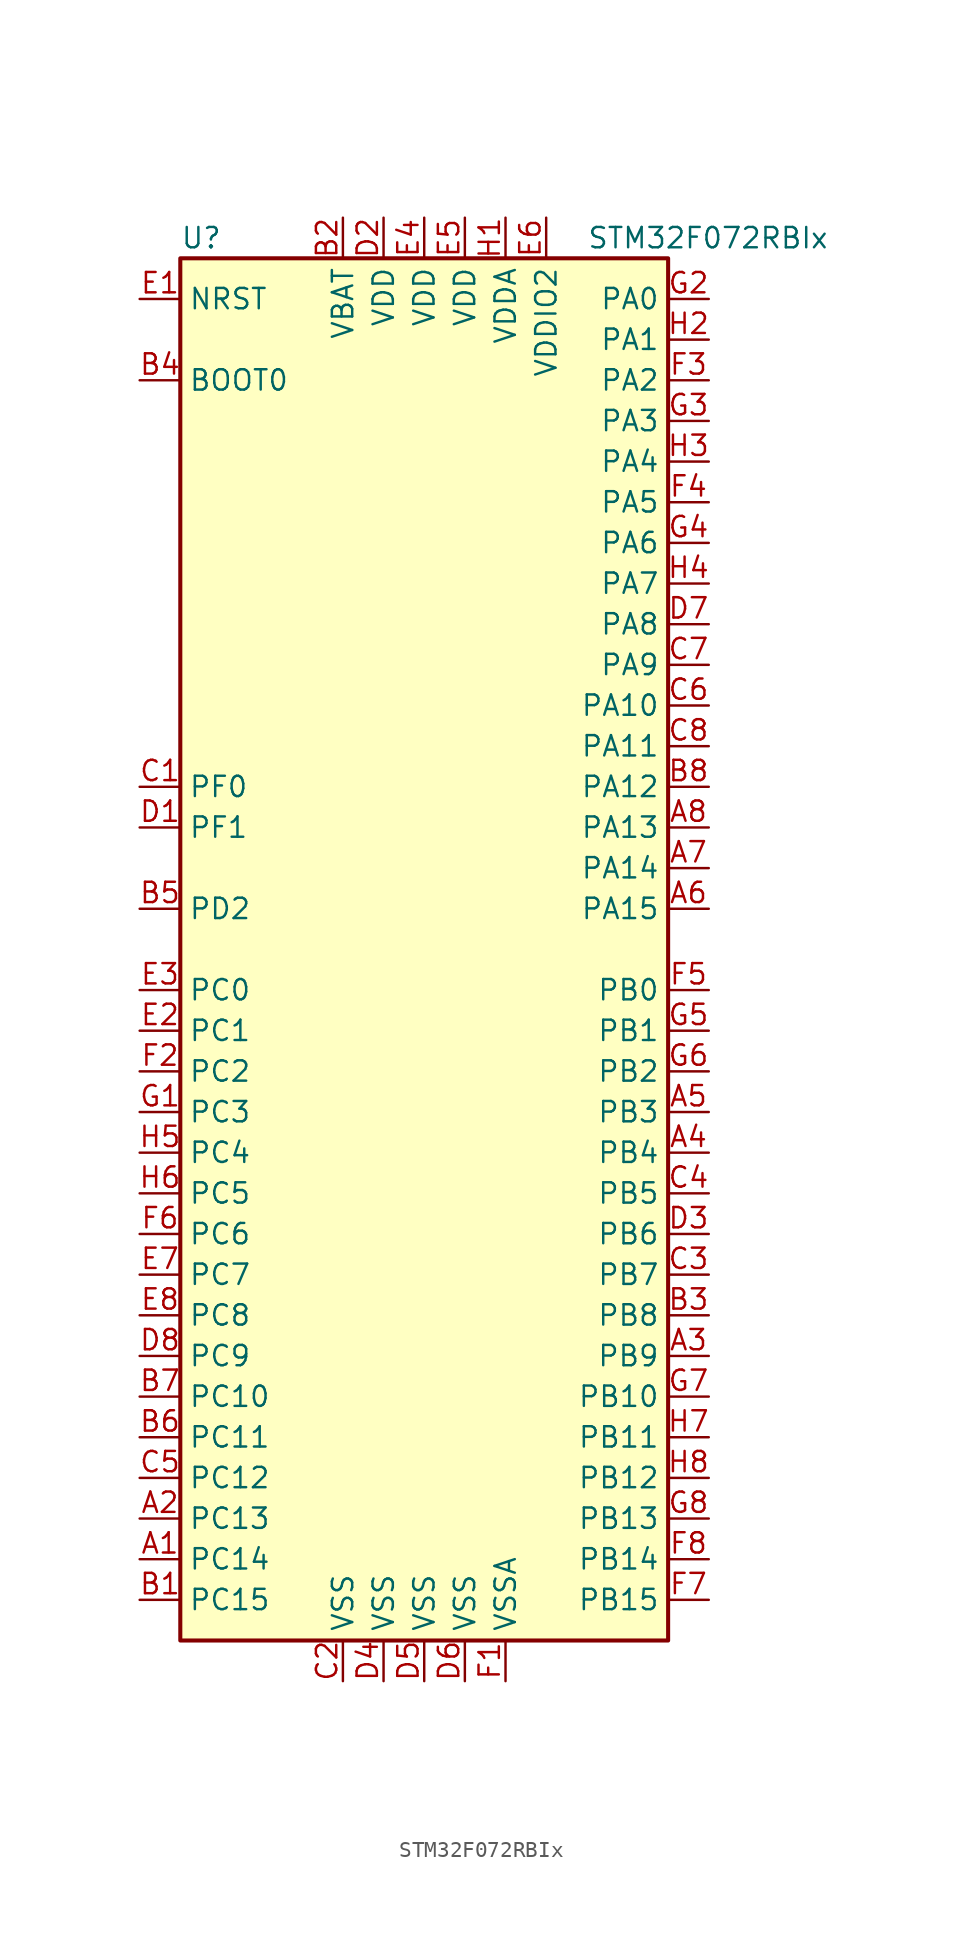
<source format=kicad_sym>
(kicad_symbol_lib
  (version 20201005)
  (generator kicad_symbol_editor)
  (symbol "MCU_ST_STM32F0:STM32F072RBIx"
    (property "Reference" "U"
      (at -15.24 44.45 0)
      (effects (font (size 1.27 1.27)) (justify left)))
    (property "Value" "STM32F072RBIx"
      (at 10.16 44.45 0)
      (effects (font (size 1.27 1.27)) (justify left)))
    (symbol "STM32F072RBIx_0_1"
      (rectangle (start -15.24 -43.18) (end 15.24 43.18) (stroke (width 0.254)) (fill (type background))))
    (symbol "STM32F072RBIx_1_1"
      (pin bidirectional line (at -17.78 -38.1 0) (length 2.54) (name "PC14" (effects (font (size 1.27 1.27)))) (number "A1" (effects (font (size 1.27 1.27)))))
      (pin bidirectional line (at -17.78 -35.56 0) (length 2.54) (name "PC13" (effects (font (size 1.27 1.27)))) (number "A2" (effects (font (size 1.27 1.27)))))
      (pin bidirectional line (at 17.78 -25.4 180) (length 2.54) (name "PB9" (effects (font (size 1.27 1.27)))) (number "A3" (effects (font (size 1.27 1.27)))))
      (pin bidirectional line (at 17.78 -12.7 180) (length 2.54) (name "PB4" (effects (font (size 1.27 1.27)))) (number "A4" (effects (font (size 1.27 1.27)))))
      (pin bidirectional line (at 17.78 -10.16 180) (length 2.54) (name "PB3" (effects (font (size 1.27 1.27)))) (number "A5" (effects (font (size 1.27 1.27)))))
      (pin bidirectional line (at 17.78 2.54 180) (length 2.54) (name "PA15" (effects (font (size 1.27 1.27)))) (number "A6" (effects (font (size 1.27 1.27)))))
      (pin bidirectional line (at 17.78 5.08 180) (length 2.54) (name "PA14" (effects (font (size 1.27 1.27)))) (number "A7" (effects (font (size 1.27 1.27)))))
      (pin bidirectional line (at 17.78 7.62 180) (length 2.54) (name "PA13" (effects (font (size 1.27 1.27)))) (number "A8" (effects (font (size 1.27 1.27)))))
      (pin bidirectional line (at -17.78 -40.64 0) (length 2.54) (name "PC15" (effects (font (size 1.27 1.27)))) (number "B1" (effects (font (size 1.27 1.27)))))
      (pin power_in line (at -5.08 45.72 270) (length 2.54) (name "VBAT" (effects (font (size 1.27 1.27)))) (number "B2" (effects (font (size 1.27 1.27)))))
      (pin bidirectional line (at 17.78 -22.86 180) (length 2.54) (name "PB8" (effects (font (size 1.27 1.27)))) (number "B3" (effects (font (size 1.27 1.27)))))
      (pin input line (at -17.78 35.56 0) (length 2.54) (name "BOOT0" (effects (font (size 1.27 1.27)))) (number "B4" (effects (font (size 1.27 1.27)))))
      (pin bidirectional line (at -17.78 2.54 0) (length 2.54) (name "PD2" (effects (font (size 1.27 1.27)))) (number "B5" (effects (font (size 1.27 1.27)))))
      (pin bidirectional line (at -17.78 -30.48 0) (length 2.54) (name "PC11" (effects (font (size 1.27 1.27)))) (number "B6" (effects (font (size 1.27 1.27)))))
      (pin bidirectional line (at -17.78 -27.94 0) (length 2.54) (name "PC10" (effects (font (size 1.27 1.27)))) (number "B7" (effects (font (size 1.27 1.27)))))
      (pin bidirectional line (at 17.78 10.16 180) (length 2.54) (name "PA12" (effects (font (size 1.27 1.27)))) (number "B8" (effects (font (size 1.27 1.27)))))
      (pin input line (at -17.78 10.16 0) (length 2.54) (name "PF0" (effects (font (size 1.27 1.27)))) (number "C1" (effects (font (size 1.27 1.27)))))
      (pin power_in line (at -5.08 -45.72 90) (length 2.54) (name "VSS" (effects (font (size 1.27 1.27)))) (number "C2" (effects (font (size 1.27 1.27)))))
      (pin bidirectional line (at 17.78 -20.32 180) (length 2.54) (name "PB7" (effects (font (size 1.27 1.27)))) (number "C3" (effects (font (size 1.27 1.27)))))
      (pin bidirectional line (at 17.78 -15.24 180) (length 2.54) (name "PB5" (effects (font (size 1.27 1.27)))) (number "C4" (effects (font (size 1.27 1.27)))))
      (pin bidirectional line (at -17.78 -33.02 0) (length 2.54) (name "PC12" (effects (font (size 1.27 1.27)))) (number "C5" (effects (font (size 1.27 1.27)))))
      (pin bidirectional line (at 17.78 15.24 180) (length 2.54) (name "PA10" (effects (font (size 1.27 1.27)))) (number "C6" (effects (font (size 1.27 1.27)))))
      (pin bidirectional line (at 17.78 17.78 180) (length 2.54) (name "PA9" (effects (font (size 1.27 1.27)))) (number "C7" (effects (font (size 1.27 1.27)))))
      (pin bidirectional line (at 17.78 12.7 180) (length 2.54) (name "PA11" (effects (font (size 1.27 1.27)))) (number "C8" (effects (font (size 1.27 1.27)))))
      (pin input line (at -17.78 7.62 0) (length 2.54) (name "PF1" (effects (font (size 1.27 1.27)))) (number "D1" (effects (font (size 1.27 1.27)))))
      (pin power_in line (at -2.54 45.72 270) (length 2.54) (name "VDD" (effects (font (size 1.27 1.27)))) (number "D2" (effects (font (size 1.27 1.27)))))
      (pin bidirectional line (at 17.78 -17.78 180) (length 2.54) (name "PB6" (effects (font (size 1.27 1.27)))) (number "D3" (effects (font (size 1.27 1.27)))))
      (pin power_in line (at -2.54 -45.72 90) (length 2.54) (name "VSS" (effects (font (size 1.27 1.27)))) (number "D4" (effects (font (size 1.27 1.27)))))
      (pin power_in line (at 0 -45.72 90) (length 2.54) (name "VSS" (effects (font (size 1.27 1.27)))) (number "D5" (effects (font (size 1.27 1.27)))))
      (pin power_in line (at 2.54 -45.72 90) (length 2.54) (name "VSS" (effects (font (size 1.27 1.27)))) (number "D6" (effects (font (size 1.27 1.27)))))
      (pin bidirectional line (at 17.78 20.32 180) (length 2.54) (name "PA8" (effects (font (size 1.27 1.27)))) (number "D7" (effects (font (size 1.27 1.27)))))
      (pin bidirectional line (at -17.78 -25.4 0) (length 2.54) (name "PC9" (effects (font (size 1.27 1.27)))) (number "D8" (effects (font (size 1.27 1.27)))))
      (pin input line (at -17.78 40.64 0) (length 2.54) (name "NRST" (effects (font (size 1.27 1.27)))) (number "E1" (effects (font (size 1.27 1.27)))))
      (pin bidirectional line (at -17.78 -5.08 0) (length 2.54) (name "PC1" (effects (font (size 1.27 1.27)))) (number "E2" (effects (font (size 1.27 1.27)))))
      (pin bidirectional line (at -17.78 -2.54 0) (length 2.54) (name "PC0" (effects (font (size 1.27 1.27)))) (number "E3" (effects (font (size 1.27 1.27)))))
      (pin power_in line (at 0 45.72 270) (length 2.54) (name "VDD" (effects (font (size 1.27 1.27)))) (number "E4" (effects (font (size 1.27 1.27)))))
      (pin power_in line (at 2.54 45.72 270) (length 2.54) (name "VDD" (effects (font (size 1.27 1.27)))) (number "E5" (effects (font (size 1.27 1.27)))))
      (pin power_in line (at 7.62 45.72 270) (length 2.54) (name "VDDIO2" (effects (font (size 1.27 1.27)))) (number "E6" (effects (font (size 1.27 1.27)))))
      (pin bidirectional line (at -17.78 -20.32 0) (length 2.54) (name "PC7" (effects (font (size 1.27 1.27)))) (number "E7" (effects (font (size 1.27 1.27)))))
      (pin bidirectional line (at -17.78 -22.86 0) (length 2.54) (name "PC8" (effects (font (size 1.27 1.27)))) (number "E8" (effects (font (size 1.27 1.27)))))
      (pin power_in line (at 5.08 -45.72 90) (length 2.54) (name "VSSA" (effects (font (size 1.27 1.27)))) (number "F1" (effects (font (size 1.27 1.27)))))
      (pin bidirectional line (at -17.78 -7.62 0) (length 2.54) (name "PC2" (effects (font (size 1.27 1.27)))) (number "F2" (effects (font (size 1.27 1.27)))))
      (pin bidirectional line (at 17.78 35.56 180) (length 2.54) (name "PA2" (effects (font (size 1.27 1.27)))) (number "F3" (effects (font (size 1.27 1.27)))))
      (pin bidirectional line (at 17.78 27.94 180) (length 2.54) (name "PA5" (effects (font (size 1.27 1.27)))) (number "F4" (effects (font (size 1.27 1.27)))))
      (pin bidirectional line (at 17.78 -2.54 180) (length 2.54) (name "PB0" (effects (font (size 1.27 1.27)))) (number "F5" (effects (font (size 1.27 1.27)))))
      (pin bidirectional line (at -17.78 -17.78 0) (length 2.54) (name "PC6" (effects (font (size 1.27 1.27)))) (number "F6" (effects (font (size 1.27 1.27)))))
      (pin bidirectional line (at 17.78 -40.64 180) (length 2.54) (name "PB15" (effects (font (size 1.27 1.27)))) (number "F7" (effects (font (size 1.27 1.27)))))
      (pin bidirectional line (at 17.78 -38.1 180) (length 2.54) (name "PB14" (effects (font (size 1.27 1.27)))) (number "F8" (effects (font (size 1.27 1.27)))))
      (pin bidirectional line (at -17.78 -10.16 0) (length 2.54) (name "PC3" (effects (font (size 1.27 1.27)))) (number "G1" (effects (font (size 1.27 1.27)))))
      (pin bidirectional line (at 17.78 40.64 180) (length 2.54) (name "PA0" (effects (font (size 1.27 1.27)))) (number "G2" (effects (font (size 1.27 1.27)))))
      (pin bidirectional line (at 17.78 33.02 180) (length 2.54) (name "PA3" (effects (font (size 1.27 1.27)))) (number "G3" (effects (font (size 1.27 1.27)))))
      (pin bidirectional line (at 17.78 25.4 180) (length 2.54) (name "PA6" (effects (font (size 1.27 1.27)))) (number "G4" (effects (font (size 1.27 1.27)))))
      (pin bidirectional line (at 17.78 -5.08 180) (length 2.54) (name "PB1" (effects (font (size 1.27 1.27)))) (number "G5" (effects (font (size 1.27 1.27)))))
      (pin bidirectional line (at 17.78 -7.62 180) (length 2.54) (name "PB2" (effects (font (size 1.27 1.27)))) (number "G6" (effects (font (size 1.27 1.27)))))
      (pin bidirectional line (at 17.78 -27.94 180) (length 2.54) (name "PB10" (effects (font (size 1.27 1.27)))) (number "G7" (effects (font (size 1.27 1.27)))))
      (pin bidirectional line (at 17.78 -35.56 180) (length 2.54) (name "PB13" (effects (font (size 1.27 1.27)))) (number "G8" (effects (font (size 1.27 1.27)))))
      (pin power_in line (at 5.08 45.72 270) (length 2.54) (name "VDDA" (effects (font (size 1.27 1.27)))) (number "H1" (effects (font (size 1.27 1.27)))))
      (pin bidirectional line (at 17.78 38.1 180) (length 2.54) (name "PA1" (effects (font (size 1.27 1.27)))) (number "H2" (effects (font (size 1.27 1.27)))))
      (pin bidirectional line (at 17.78 30.48 180) (length 2.54) (name "PA4" (effects (font (size 1.27 1.27)))) (number "H3" (effects (font (size 1.27 1.27)))))
      (pin bidirectional line (at 17.78 22.86 180) (length 2.54) (name "PA7" (effects (font (size 1.27 1.27)))) (number "H4" (effects (font (size 1.27 1.27)))))
      (pin bidirectional line (at -17.78 -12.7 0) (length 2.54) (name "PC4" (effects (font (size 1.27 1.27)))) (number "H5" (effects (font (size 1.27 1.27)))))
      (pin bidirectional line (at -17.78 -15.24 0) (length 2.54) (name "PC5" (effects (font (size 1.27 1.27)))) (number "H6" (effects (font (size 1.27 1.27)))))
      (pin bidirectional line (at 17.78 -30.48 180) (length 2.54) (name "PB11" (effects (font (size 1.27 1.27)))) (number "H7" (effects (font (size 1.27 1.27)))))
      (pin bidirectional line (at 17.78 -33.02 180) (length 2.54) (name "PB12" (effects (font (size 1.27 1.27)))) (number "H8" (effects (font (size 1.27 1.27))))))))
</source>
